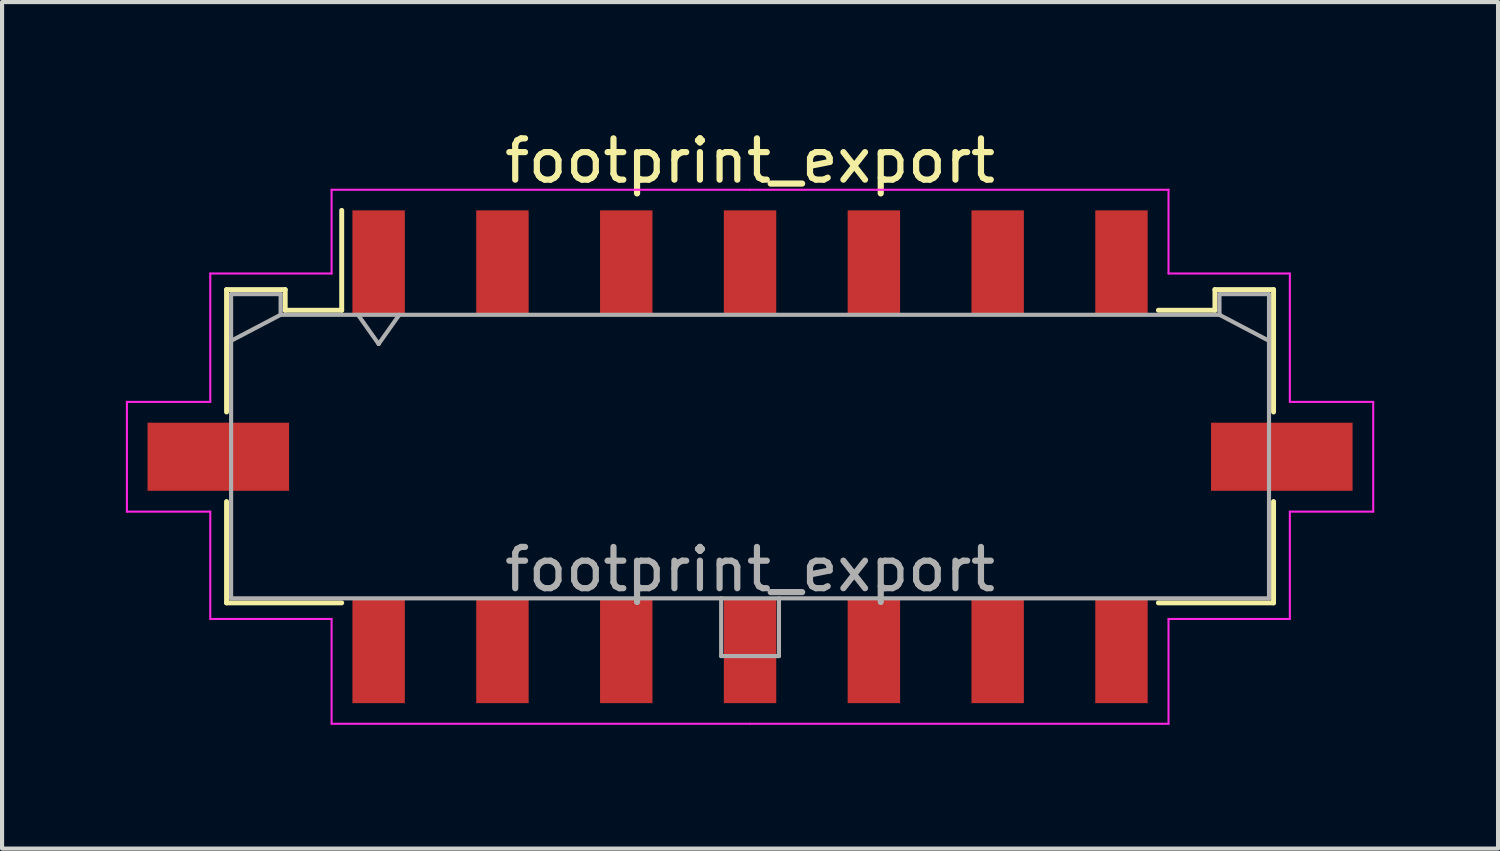
<source format=kicad_pcb>
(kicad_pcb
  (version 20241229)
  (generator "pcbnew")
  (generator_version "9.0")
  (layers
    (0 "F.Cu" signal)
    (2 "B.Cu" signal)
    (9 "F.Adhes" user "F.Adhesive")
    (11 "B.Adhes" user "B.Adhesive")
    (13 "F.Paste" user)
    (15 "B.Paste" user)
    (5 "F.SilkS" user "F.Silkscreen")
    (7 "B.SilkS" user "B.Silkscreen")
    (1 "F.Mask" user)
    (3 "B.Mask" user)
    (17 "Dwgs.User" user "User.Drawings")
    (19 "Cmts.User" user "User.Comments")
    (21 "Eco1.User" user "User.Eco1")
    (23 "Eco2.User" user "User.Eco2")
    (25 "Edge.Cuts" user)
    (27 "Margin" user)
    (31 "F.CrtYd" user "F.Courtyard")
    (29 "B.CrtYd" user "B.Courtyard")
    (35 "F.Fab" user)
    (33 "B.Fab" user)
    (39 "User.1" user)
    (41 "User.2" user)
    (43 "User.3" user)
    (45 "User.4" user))
  (footprint "footprint_export"
    (layer "F.Cu")
    (at 15.125 8.018)
    (property "Reference" "footprint_export" (at 0 -7.17 0) (layer "F.SilkS") (effects (font (size 1 1) (thickness 0.15))))
    (attr smd)
    (fp_line (start -12.685 -4.05) (end -11.265 -4.05) (stroke (width 0.12) (type solid)) (layer "F.SilkS"))
    (fp_line (start -12.685 -1.085) (end -12.685 -4.05) (stroke (width 0.12) (type solid)) (layer "F.SilkS"))
    (fp_line (start -12.685 1.085) (end -12.685 3.54) (stroke (width 0.12) (type solid)) (layer "F.SilkS"))
    (fp_line (start -12.685 3.54) (end -9.895 3.54) (stroke (width 0.12) (type solid)) (layer "F.SilkS"))
    (fp_line (start -11.265 -4.05) (end -11.265 -3.55) (stroke (width 0.12) (type solid)) (layer "F.SilkS"))
    (fp_line (start -11.265 -3.55) (end -9.895 -3.55) (stroke (width 0.12) (type solid)) (layer "F.SilkS"))
    (fp_line (start -9.895 -3.55) (end -9.895 -5.97) (stroke (width 0.12) (type solid)) (layer "F.SilkS"))
    (fp_line (start 11.265 -4.05) (end 11.265 -3.55) (stroke (width 0.12) (type solid)) (layer "F.SilkS"))
    (fp_line (start 11.265 -3.55) (end 9.895 -3.55) (stroke (width 0.12) (type solid)) (layer "F.SilkS"))
    (fp_line (start 12.685 -4.05) (end 11.265 -4.05) (stroke (width 0.12) (type solid)) (layer "F.SilkS"))
    (fp_line (start 12.685 -1.085) (end 12.685 -4.05) (stroke (width 0.12) (type solid)) (layer "F.SilkS"))
    (fp_line (start 12.685 1.085) (end 12.685 3.54) (stroke (width 0.12) (type solid)) (layer "F.SilkS"))
    (fp_line (start 12.685 3.54) (end 9.895 3.54) (stroke (width 0.12) (type solid)) (layer "F.SilkS"))
    (fp_line (start -15.1 -1.33) (end -15.1 1.33) (stroke (width 0.05) (type solid)) (layer "F.CrtYd"))
    (fp_line (start -15.1 1.33) (end -13.08 1.33) (stroke (width 0.05) (type solid)) (layer "F.CrtYd"))
    (fp_line (start -13.08 -4.44) (end -13.08 -1.33) (stroke (width 0.05) (type solid)) (layer "F.CrtYd"))
    (fp_line (start -13.08 -1.33) (end -15.1 -1.33) (stroke (width 0.05) (type solid)) (layer "F.CrtYd"))
    (fp_line (start -13.08 1.33) (end -13.08 3.93) (stroke (width 0.05) (type solid)) (layer "F.CrtYd"))
    (fp_line (start -13.08 3.93) (end -10.14 3.93) (stroke (width 0.05) (type solid)) (layer "F.CrtYd"))
    (fp_line (start -10.14 -6.47) (end -10.14 -4.44) (stroke (width 0.05) (type solid)) (layer "F.CrtYd"))
    (fp_line (start -10.14 -4.44) (end -13.08 -4.44) (stroke (width 0.05) (type solid)) (layer "F.CrtYd"))
    (fp_line (start -10.14 3.93) (end -10.14 6.47) (stroke (width 0.05) (type solid)) (layer "F.CrtYd"))
    (fp_line (start -10.14 6.47) (end 0 6.47) (stroke (width 0.05) (type solid)) (layer "F.CrtYd"))
    (fp_line (start 0 -6.47) (end -10.14 -6.47) (stroke (width 0.05) (type solid)) (layer "F.CrtYd"))
    (fp_line (start 0 -6.47) (end 10.14 -6.47) (stroke (width 0.05) (type solid)) (layer "F.CrtYd"))
    (fp_line (start 10.14 -6.47) (end 10.14 -4.44) (stroke (width 0.05) (type solid)) (layer "F.CrtYd"))
    (fp_line (start 10.14 -4.44) (end 13.08 -4.44) (stroke (width 0.05) (type solid)) (layer "F.CrtYd"))
    (fp_line (start 10.14 3.93) (end 10.14 6.47) (stroke (width 0.05) (type solid)) (layer "F.CrtYd"))
    (fp_line (start 10.14 6.47) (end 0 6.47) (stroke (width 0.05) (type solid)) (layer "F.CrtYd"))
    (fp_line (start 13.08 -4.44) (end 13.08 -1.33) (stroke (width 0.05) (type solid)) (layer "F.CrtYd"))
    (fp_line (start 13.08 -1.33) (end 15.1 -1.33) (stroke (width 0.05) (type solid)) (layer "F.CrtYd"))
    (fp_line (start 13.08 1.33) (end 13.08 3.93) (stroke (width 0.05) (type solid)) (layer "F.CrtYd"))
    (fp_line (start 13.08 3.93) (end 10.14 3.93) (stroke (width 0.05) (type solid)) (layer "F.CrtYd"))
    (fp_line (start 15.1 -1.33) (end 15.1 1.33) (stroke (width 0.05) (type solid)) (layer "F.CrtYd"))
    (fp_line (start 15.1 1.33) (end 13.08 1.33) (stroke (width 0.05) (type solid)) (layer "F.CrtYd"))
    (fp_line (start -12.575 -3.94) (end -12.575 3.43) (stroke (width 0.1) (type solid)) (layer "F.Fab"))
    (fp_line (start -12.575 -2.81) (end -11.375 -3.44) (stroke (width 0.1) (type solid)) (layer "F.Fab"))
    (fp_line (start -12.575 3.43) (end 12.575 3.43) (stroke (width 0.1) (type solid)) (layer "F.Fab"))
    (fp_line (start -11.375 -3.94) (end -12.575 -3.94) (stroke (width 0.1) (type solid)) (layer "F.Fab"))
    (fp_line (start -11.375 -3.44) (end -11.375 -3.94) (stroke (width 0.1) (type solid)) (layer "F.Fab"))
    (fp_line (start -9.5 -3.44) (end -9 -2.733) (stroke (width 0.1) (type solid)) (layer "F.Fab"))
    (fp_line (start -9 -2.733) (end -8.5 -3.44) (stroke (width 0.1) (type solid)) (layer "F.Fab"))
    (fp_line (start -0.7 3.43) (end -0.7 4.83) (stroke (width 0.1) (type solid)) (layer "F.Fab"))
    (fp_line (start -0.7 4.83) (end 0.7 4.83) (stroke (width 0.1) (type solid)) (layer "F.Fab"))
    (fp_line (start 0.7 4.83) (end 0.7 3.43) (stroke (width 0.1) (type solid)) (layer "F.Fab"))
    (fp_line (start 11.375 -3.94) (end 11.375 -3.44) (stroke (width 0.1) (type solid)) (layer "F.Fab"))
    (fp_line (start 11.375 -3.44) (end -11.375 -3.44) (stroke (width 0.1) (type solid)) (layer "F.Fab"))
    (fp_line (start 12.575 -3.94) (end 11.375 -3.94) (stroke (width 0.1) (type solid)) (layer "F.Fab"))
    (fp_line (start 12.575 -2.81) (end 11.375 -3.44) (stroke (width 0.1) (type solid)) (layer "F.Fab"))
    (fp_line (start 12.575 3.43) (end 12.575 -3.94) (stroke (width 0.1) (type solid)) (layer "F.Fab"))
    (fp_text user "${REFERENCE}" (at 0 2.73 0) (layer "F.Fab") (effects (font (size 1 1) (thickness 0.15))))
    (pad "1" smd rect (at -9 -4.7) (size 1.27 2.54) (layers "F.Cu" "F.Mask" "F.Paste"))
    (pad "2" smd rect (at -6 -4.7) (size 1.27 2.54) (layers "F.Cu" "F.Mask" "F.Paste"))
    (pad "3" smd rect (at -3 -4.7) (size 1.27 2.54) (layers "F.Cu" "F.Mask" "F.Paste"))
    (pad "4" smd rect (at 0 -4.7) (size 1.27 2.54) (layers "F.Cu" "F.Mask" "F.Paste"))
    (pad "5" smd rect (at 3 -4.7) (size 1.27 2.54) (layers "F.Cu" "F.Mask" "F.Paste"))
    (pad "6" smd rect (at 6 -4.7) (size 1.27 2.54) (layers "F.Cu" "F.Mask" "F.Paste"))
    (pad "7" smd rect (at 9 -4.7) (size 1.27 2.54) (layers "F.Cu" "F.Mask" "F.Paste"))
    (pad "8" smd rect (at -9 4.7) (size 1.27 2.54) (layers "F.Cu" "F.Mask" "F.Paste"))
    (pad "9" smd rect (at -6 4.7) (size 1.27 2.54) (layers "F.Cu" "F.Mask" "F.Paste"))
    (pad "10" smd rect (at -3 4.7) (size 1.27 2.54) (layers "F.Cu" "F.Mask" "F.Paste"))
    (pad "11" smd rect (at 0 4.7) (size 1.27 2.54) (layers "F.Cu" "F.Mask" "F.Paste"))
    (pad "12" smd rect (at 3 4.7) (size 1.27 2.54) (layers "F.Cu" "F.Mask" "F.Paste"))
    (pad "13" smd rect (at 6 4.7) (size 1.27 2.54) (layers "F.Cu" "F.Mask" "F.Paste"))
    (pad "14" smd rect (at 9 4.7) (size 1.27 2.54) (layers "F.Cu" "F.Mask" "F.Paste"))
    (pad "MP" smd rect (at -12.885 0) (size 3.43 1.65) (layers "F.Cu" "F.Mask" "F.Paste"))
    (pad "MP" smd rect (at 12.885 0) (size 3.43 1.65) (layers "F.Cu" "F.Mask" "F.Paste")))
  (gr_rect
    (start -3 -3)
    (end 33.25 17.513)
    (stroke (width 0.1) (type default))
    (fill no)
    (layer "Edge.Cuts")))
</source>
